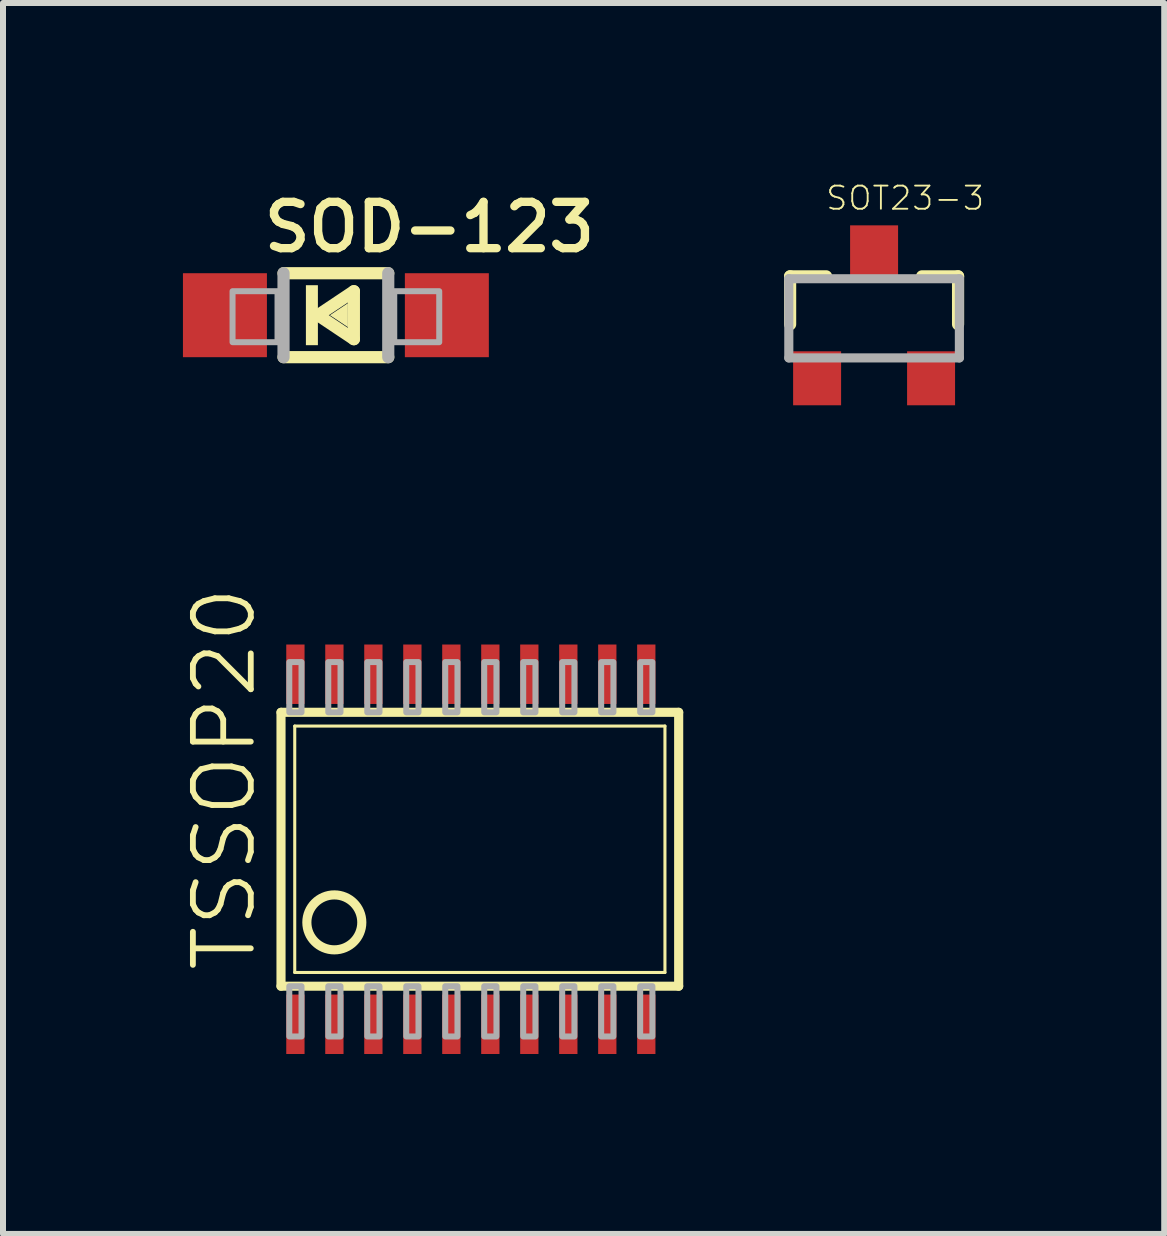
<source format=kicad_pcb>
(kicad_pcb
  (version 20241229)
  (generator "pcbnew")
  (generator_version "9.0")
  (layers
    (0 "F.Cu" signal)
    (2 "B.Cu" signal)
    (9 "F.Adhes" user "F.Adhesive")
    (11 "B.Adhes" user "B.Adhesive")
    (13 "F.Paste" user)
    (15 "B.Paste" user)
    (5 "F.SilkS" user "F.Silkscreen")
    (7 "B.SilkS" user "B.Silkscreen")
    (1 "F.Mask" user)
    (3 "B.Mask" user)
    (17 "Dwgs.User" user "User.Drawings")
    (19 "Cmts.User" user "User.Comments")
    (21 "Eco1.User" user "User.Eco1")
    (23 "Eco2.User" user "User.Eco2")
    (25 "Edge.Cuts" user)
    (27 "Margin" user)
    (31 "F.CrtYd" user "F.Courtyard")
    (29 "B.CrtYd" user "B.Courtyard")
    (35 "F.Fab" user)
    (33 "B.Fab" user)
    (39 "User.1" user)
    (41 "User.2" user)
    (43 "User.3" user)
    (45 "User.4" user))
  (footprint "SOD-123"
    (layer "F.Cu")
    (at 2.55 2.205)
    (property "Reference" "SOD-123" (at -1.27 -1.016 180) (layer "F.SilkS") (effects (font (size 0.772 0.772) (thickness 0.139)) (justify left bottom)))
    (attr through_hole)
    (fp_line (start -0.873 -0.7) (end 0.873 -0.7) (stroke (width 0.203) (type solid)) (layer "F.SilkS"))
    (fp_line (start -0.3 0) (end 0.3 -0.4) (stroke (width 0.203) (type solid)) (layer "F.SilkS"))
    (fp_line (start 0.3 -0.4) (end 0.3 0.4) (stroke (width 0.203) (type solid)) (layer "F.SilkS"))
    (fp_line (start 0.3 0.4) (end -0.3 0) (stroke (width 0.203) (type solid)) (layer "F.SilkS"))
    (fp_line (start 0.873 0.7) (end -0.873 0.7) (stroke (width 0.203) (type solid)) (layer "F.SilkS"))
    (fp_poly (pts (xy -0.1 0) (xy 0.2 -0.2) (xy 0.2 0.2)) (stroke (width 0) (type solid)) (fill yes) (layer "F.SilkS"))
    (fp_poly (pts (xy -0.5 0.5) (xy -0.3 0.5) (xy -0.3 -0.5) (xy -0.5 -0.5)) (stroke (width 0) (type solid)) (fill yes) (layer "F.SilkS"))
    (fp_line (start -0.873 0.7) (end -0.873 -0.7) (stroke (width 0.203) (type solid)) (layer "F.Fab"))
    (fp_line (start 0.873 -0.7) (end 0.873 0.7) (stroke (width 0.203) (type solid)) (layer "F.Fab"))
    (fp_poly (pts (xy -1.723 0.45) (xy -0.973 0.45) (xy -0.973 -0.4) (xy -1.723 -0.4)) (stroke (width 0.1) (type solid)) (fill no) (layer "F.Fab"))
    (fp_poly (pts (xy 0.973 0.45) (xy 1.723 0.45) (xy 1.723 -0.4) (xy 0.973 -0.4)) (stroke (width 0.1) (type solid)) (fill no) (layer "F.Fab"))
    (pad "A" smd rect (at 1.85 0 90) (size 1.4 1.4) (layers "F.Cu" "F.Mask" "F.Paste"))
    (pad "C" smd rect (at -1.85 0 90) (size 1.4 1.4) (layers "F.Cu" "F.Mask" "F.Paste")))
  (footprint "SOT23-3"
    (layer "F.Cu")
    (at 11.523 2.257)
    (property "Reference" "SOT23-3" (at -0.826 -1.778 180) (layer "F.SilkS") (effects (font (size 0.386 0.386) (thickness 0.031)) (justify left bottom)))
    (attr through_hole)
    (fp_line (start -1.4 -0.7) (end -1.4 0.1) (stroke (width 0.203) (type solid)) (layer "F.SilkS"))
    (fp_line (start -0.8 -0.7) (end -1.4 -0.7) (stroke (width 0.203) (type solid)) (layer "F.SilkS"))
    (fp_line (start 0.8 -0.7) (end 1.4 -0.7) (stroke (width 0.203) (type solid)) (layer "F.SilkS"))
    (fp_line (start 1.4 -0.7) (end 1.4 0.1) (stroke (width 0.203) (type solid)) (layer "F.SilkS"))
    (fp_line (start -1.422 -0.66) (end 1.422 -0.66) (stroke (width 0.152) (type solid)) (layer "F.Fab"))
    (fp_line (start -1.422 0.66) (end -1.422 -0.66) (stroke (width 0.152) (type solid)) (layer "F.Fab"))
    (fp_line (start 1.422 -0.66) (end 1.422 0.66) (stroke (width 0.152) (type solid)) (layer "F.Fab"))
    (fp_line (start 1.422 0.66) (end -1.422 0.66) (stroke (width 0.152) (type solid)) (layer "F.Fab"))
    (pad "1" smd rect (at -0.95 1) (size 0.8 0.9) (layers "F.Cu" "F.Mask" "F.Paste"))
    (pad "2" smd rect (at 0.95 1) (size 0.8 0.9) (layers "F.Cu" "F.Mask" "F.Paste"))
    (pad "3" smd rect (at 0 -1.1) (size 0.8 0.9) (layers "F.Cu" "F.Mask" "F.Paste")))
  (footprint "TSSOP20"
    (layer "F.Cu")
    (at 4.95 11.109)
    (property "Reference" "TSSOP20" (at -3.696 2.083 90) (layer "F.SilkS") (effects (font (size 0.965 0.965) (thickness 0.097)) (justify left bottom)))
    (attr through_hole)
    (fp_line (start -3.315 2.283) (end -3.315 -2.283) (stroke (width 0.152) (type solid)) (layer "F.SilkS"))
    (fp_line (start -3.315 2.283) (end 3.315 2.283) (stroke (width 0.152) (type solid)) (layer "F.SilkS"))
    (fp_line (start -3.086 2.054) (end -3.086 -2.054) (stroke (width 0.051) (type solid)) (layer "F.SilkS"))
    (fp_line (start -3.086 2.054) (end 3.086 2.054) (stroke (width 0.051) (type solid)) (layer "F.SilkS"))
    (fp_line (start 3.086 -2.054) (end -3.086 -2.054) (stroke (width 0.051) (type solid)) (layer "F.SilkS"))
    (fp_line (start 3.086 -2.054) (end 3.086 2.054) (stroke (width 0.051) (type solid)) (layer "F.SilkS"))
    (fp_line (start 3.315 -2.283) (end -3.315 -2.283) (stroke (width 0.152) (type solid)) (layer "F.SilkS"))
    (fp_line (start 3.315 -2.283) (end 3.315 2.283) (stroke (width 0.152) (type solid)) (layer "F.SilkS"))
    (fp_circle (center -2.426 1.219) (end -1.968 1.219) (stroke (width 0.152) (type solid)) (fill no) (layer "F.SilkS"))
    (fp_poly (pts (xy -3.177 -2.283) (xy -2.973 -2.283) (xy -2.973 -3.121) (xy -3.177 -3.121)) (stroke (width 0.1) (type solid)) (fill no) (layer "F.Fab"))
    (fp_poly (pts (xy -3.177 3.121) (xy -2.973 3.121) (xy -2.973 2.283) (xy -3.177 2.283)) (stroke (width 0.1) (type solid)) (fill no) (layer "F.Fab"))
    (fp_poly (pts (xy -2.527 -2.283) (xy -2.323 -2.283) (xy -2.323 -3.121) (xy -2.527 -3.121)) (stroke (width 0.1) (type solid)) (fill no) (layer "F.Fab"))
    (fp_poly (pts (xy -2.527 3.121) (xy -2.323 3.121) (xy -2.323 2.283) (xy -2.527 2.283)) (stroke (width 0.1) (type solid)) (fill no) (layer "F.Fab"))
    (fp_poly (pts (xy -1.877 -2.283) (xy -1.673 -2.283) (xy -1.673 -3.121) (xy -1.877 -3.121)) (stroke (width 0.1) (type solid)) (fill no) (layer "F.Fab"))
    (fp_poly (pts (xy -1.877 3.121) (xy -1.673 3.121) (xy -1.673 2.283) (xy -1.877 2.283)) (stroke (width 0.1) (type solid)) (fill no) (layer "F.Fab"))
    (fp_poly (pts (xy -1.227 -2.283) (xy -1.023 -2.283) (xy -1.023 -3.121) (xy -1.227 -3.121)) (stroke (width 0.1) (type solid)) (fill no) (layer "F.Fab"))
    (fp_poly (pts (xy -1.227 3.121) (xy -1.023 3.121) (xy -1.023 2.283) (xy -1.227 2.283)) (stroke (width 0.1) (type solid)) (fill no) (layer "F.Fab"))
    (fp_poly (pts (xy -0.577 -2.283) (xy -0.373 -2.283) (xy -0.373 -3.121) (xy -0.577 -3.121)) (stroke (width 0.1) (type solid)) (fill no) (layer "F.Fab"))
    (fp_poly (pts (xy -0.577 3.121) (xy -0.373 3.121) (xy -0.373 2.283) (xy -0.577 2.283)) (stroke (width 0.1) (type solid)) (fill no) (layer "F.Fab"))
    (fp_poly (pts (xy 0.073 -2.283) (xy 0.277 -2.283) (xy 0.277 -3.121) (xy 0.073 -3.121)) (stroke (width 0.1) (type solid)) (fill no) (layer "F.Fab"))
    (fp_poly (pts (xy 0.073 3.121) (xy 0.277 3.121) (xy 0.277 2.283) (xy 0.073 2.283)) (stroke (width 0.1) (type solid)) (fill no) (layer "F.Fab"))
    (fp_poly (pts (xy 0.723 -2.283) (xy 0.927 -2.283) (xy 0.927 -3.121) (xy 0.723 -3.121)) (stroke (width 0.1) (type solid)) (fill no) (layer "F.Fab"))
    (fp_poly (pts (xy 0.723 3.121) (xy 0.927 3.121) (xy 0.927 2.283) (xy 0.723 2.283)) (stroke (width 0.1) (type solid)) (fill no) (layer "F.Fab"))
    (fp_poly (pts (xy 1.373 -2.283) (xy 1.577 -2.283) (xy 1.577 -3.121) (xy 1.373 -3.121)) (stroke (width 0.1) (type solid)) (fill no) (layer "F.Fab"))
    (fp_poly (pts (xy 1.373 3.121) (xy 1.577 3.121) (xy 1.577 2.283) (xy 1.373 2.283)) (stroke (width 0.1) (type solid)) (fill no) (layer "F.Fab"))
    (fp_poly (pts (xy 2.023 -2.283) (xy 2.227 -2.283) (xy 2.227 -3.121) (xy 2.023 -3.121)) (stroke (width 0.1) (type solid)) (fill no) (layer "F.Fab"))
    (fp_poly (pts (xy 2.023 3.121) (xy 2.227 3.121) (xy 2.227 2.283) (xy 2.023 2.283)) (stroke (width 0.1) (type solid)) (fill no) (layer "F.Fab"))
    (fp_poly (pts (xy 2.673 -2.283) (xy 2.877 -2.283) (xy 2.877 -3.121) (xy 2.673 -3.121)) (stroke (width 0.1) (type solid)) (fill no) (layer "F.Fab"))
    (fp_poly (pts (xy 2.673 3.121) (xy 2.877 3.121) (xy 2.877 2.283) (xy 2.673 2.283)) (stroke (width 0.1) (type solid)) (fill no) (layer "F.Fab"))
    (pad "1" smd rect (at -3.075 2.918) (size 0.305 0.991) (layers "F.Cu" "F.Mask" "F.Paste"))
    (pad "2" smd rect (at -2.425 2.918) (size 0.305 0.991) (layers "F.Cu" "F.Mask" "F.Paste"))
    (pad "3" smd rect (at -1.775 2.918) (size 0.305 0.991) (layers "F.Cu" "F.Mask" "F.Paste"))
    (pad "4" smd rect (at -1.125 2.918) (size 0.305 0.991) (layers "F.Cu" "F.Mask" "F.Paste"))
    (pad "5" smd rect (at -0.475 2.918) (size 0.305 0.991) (layers "F.Cu" "F.Mask" "F.Paste"))
    (pad "6" smd rect (at 0.175 2.918) (size 0.305 0.991) (layers "F.Cu" "F.Mask" "F.Paste"))
    (pad "7" smd rect (at 0.825 2.918) (size 0.305 0.991) (layers "F.Cu" "F.Mask" "F.Paste"))
    (pad "8" smd rect (at 1.475 2.918) (size 0.305 0.991) (layers "F.Cu" "F.Mask" "F.Paste"))
    (pad "9" smd rect (at 2.125 2.918) (size 0.305 0.991) (layers "F.Cu" "F.Mask" "F.Paste"))
    (pad "10" smd rect (at 2.775 2.918) (size 0.305 0.991) (layers "F.Cu" "F.Mask" "F.Paste"))
    (pad "11" smd rect (at 2.775 -2.918) (size 0.305 0.991) (layers "F.Cu" "F.Mask" "F.Paste"))
    (pad "12" smd rect (at 2.125 -2.918) (size 0.305 0.991) (layers "F.Cu" "F.Mask" "F.Paste"))
    (pad "13" smd rect (at 1.475 -2.918) (size 0.305 0.991) (layers "F.Cu" "F.Mask" "F.Paste"))
    (pad "14" smd rect (at 0.825 -2.918) (size 0.305 0.991) (layers "F.Cu" "F.Mask" "F.Paste"))
    (pad "15" smd rect (at 0.175 -2.918) (size 0.305 0.991) (layers "F.Cu" "F.Mask" "F.Paste"))
    (pad "16" smd rect (at -0.475 -2.918) (size 0.305 0.991) (layers "F.Cu" "F.Mask" "F.Paste"))
    (pad "17" smd rect (at -1.125 -2.918) (size 0.305 0.991) (layers "F.Cu" "F.Mask" "F.Paste"))
    (pad "18" smd rect (at -1.775 -2.918) (size 0.305 0.991) (layers "F.Cu" "F.Mask" "F.Paste"))
    (pad "19" smd rect (at -2.425 -2.918) (size 0.305 0.991) (layers "F.Cu" "F.Mask" "F.Paste"))
    (pad "20" smd rect (at -3.075 -2.918) (size 0.305 0.991) (layers "F.Cu" "F.Mask" "F.Paste")))
  (gr_rect
    (start -3 -3)
    (end 16.36 17.522)
    (stroke (width 0.1) (type default))
    (fill no)
    (layer "Edge.Cuts")))
</source>
